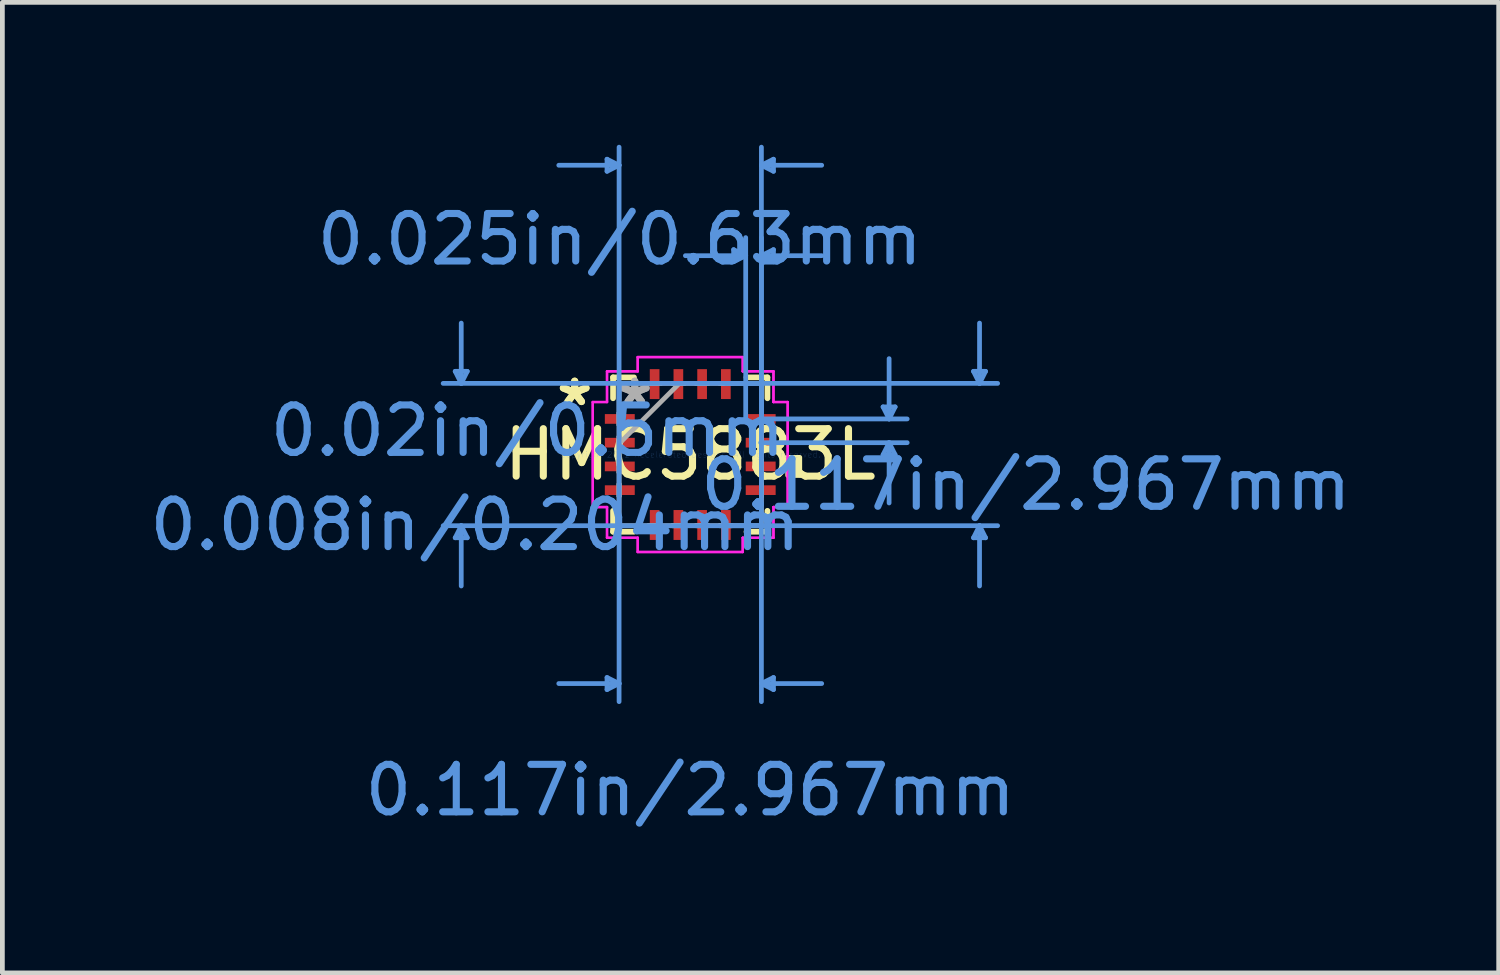
<source format=kicad_pcb>
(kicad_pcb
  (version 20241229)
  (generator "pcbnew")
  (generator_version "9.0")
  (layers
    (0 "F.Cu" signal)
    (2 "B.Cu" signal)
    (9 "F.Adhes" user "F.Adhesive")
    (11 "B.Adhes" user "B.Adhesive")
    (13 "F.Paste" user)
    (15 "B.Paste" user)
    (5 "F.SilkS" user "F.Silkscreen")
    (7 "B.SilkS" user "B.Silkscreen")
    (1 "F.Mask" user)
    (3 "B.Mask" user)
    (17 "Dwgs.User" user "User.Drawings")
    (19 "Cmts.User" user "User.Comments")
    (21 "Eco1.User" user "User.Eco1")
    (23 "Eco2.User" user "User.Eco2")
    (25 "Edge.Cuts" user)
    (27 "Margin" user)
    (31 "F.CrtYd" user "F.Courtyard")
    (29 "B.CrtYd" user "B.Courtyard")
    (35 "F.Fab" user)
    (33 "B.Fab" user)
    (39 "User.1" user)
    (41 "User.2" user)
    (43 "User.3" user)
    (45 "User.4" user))
  (footprint "HMC5883L"
    (layer "F.Cu")
    (at 11.49 6.525)
    (property "Reference" "HMC5883L" (at 0 0 0) (layer "F.SilkS") (effects (font (size 1 1) (thickness 0.15))))
    (attr through_hole)
    (fp_line (start -1.626 -1.626) (end -1.626 -1.185) (stroke (width 0.12) (type solid)) (layer "F.SilkS"))
    (fp_line (start -1.626 1.185) (end -1.626 1.626) (stroke (width 0.12) (type solid)) (layer "F.SilkS"))
    (fp_line (start -1.626 1.626) (end -1.185 1.626) (stroke (width 0.12) (type solid)) (layer "F.SilkS"))
    (fp_line (start -1.185 -1.626) (end -1.626 -1.626) (stroke (width 0.12) (type solid)) (layer "F.SilkS"))
    (fp_line (start 1.185 1.626) (end 1.626 1.626) (stroke (width 0.12) (type solid)) (layer "F.SilkS"))
    (fp_line (start 1.626 -1.626) (end 1.185 -1.626) (stroke (width 0.12) (type solid)) (layer "F.SilkS"))
    (fp_line (start 1.626 -1.185) (end 1.626 -1.626) (stroke (width 0.12) (type solid)) (layer "F.SilkS"))
    (fp_line (start 1.626 1.626) (end 1.626 1.185) (stroke (width 0.12) (type solid)) (layer "F.SilkS"))
    (fp_poly (pts (xy 2.307 0.059) (xy 2.307 0.441) (xy 2.053 0.441) (xy 2.053 0.059)) (stroke (width 0.1) (type solid)) (fill yes) (layer "F.SilkS"))
    (fp_line (start -4.951 -1.753) (end -4.697 -1.753) (stroke (width 0.1) (type solid)) (layer "Cmts.User"))
    (fp_line (start -4.951 1.753) (end -4.697 1.753) (stroke (width 0.1) (type solid)) (layer "Cmts.User"))
    (fp_line (start -4.824 -1.499) (end -4.951 -1.753) (stroke (width 0.1) (type solid)) (layer "Cmts.User"))
    (fp_line (start -4.824 -1.499) (end -4.824 -2.769) (stroke (width 0.1) (type solid)) (layer "Cmts.User"))
    (fp_line (start -4.824 -1.499) (end -4.697 -1.753) (stroke (width 0.1) (type solid)) (layer "Cmts.User"))
    (fp_line (start -4.824 1.499) (end -4.951 1.753) (stroke (width 0.1) (type solid)) (layer "Cmts.User"))
    (fp_line (start -4.824 1.499) (end -4.824 2.769) (stroke (width 0.1) (type solid)) (layer "Cmts.User"))
    (fp_line (start -4.824 1.499) (end -4.697 1.753) (stroke (width 0.1) (type solid)) (layer "Cmts.User"))
    (fp_line (start -1.753 -6.221) (end -1.753 -5.967) (stroke (width 0.1) (type solid)) (layer "Cmts.User"))
    (fp_line (start -1.753 4.697) (end -1.753 4.951) (stroke (width 0.1) (type solid)) (layer "Cmts.User"))
    (fp_line (start -1.499 -6.094) (end -2.769 -6.094) (stroke (width 0.1) (type solid)) (layer "Cmts.User"))
    (fp_line (start -1.499 -6.094) (end -1.753 -6.221) (stroke (width 0.1) (type solid)) (layer "Cmts.User"))
    (fp_line (start -1.499 -6.094) (end -1.753 -5.967) (stroke (width 0.1) (type solid)) (layer "Cmts.User"))
    (fp_line (start -1.499 -1.499) (end -1.499 5.205) (stroke (width 0.1) (type solid)) (layer "Cmts.User"))
    (fp_line (start -1.499 -0.75) (end -1.499 -6.475) (stroke (width 0.1) (type solid)) (layer "Cmts.User"))
    (fp_line (start -1.499 4.824) (end -2.769 4.824) (stroke (width 0.1) (type solid)) (layer "Cmts.User"))
    (fp_line (start -1.499 4.824) (end -1.753 4.697) (stroke (width 0.1) (type solid)) (layer "Cmts.User"))
    (fp_line (start -1.499 4.824) (end -1.753 4.951) (stroke (width 0.1) (type solid)) (layer "Cmts.User"))
    (fp_line (start 0.75 -1.499) (end 6.475 -1.499) (stroke (width 0.1) (type solid)) (layer "Cmts.User"))
    (fp_line (start 0.75 1.499) (end 6.475 1.499) (stroke (width 0.1) (type solid)) (layer "Cmts.User"))
    (fp_line (start 0.914 -4.316) (end 0.914 -4.062) (stroke (width 0.1) (type solid)) (layer "Cmts.User"))
    (fp_line (start 1.168 -4.189) (end -0.102 -4.189) (stroke (width 0.1) (type solid)) (layer "Cmts.User"))
    (fp_line (start 1.168 -4.189) (end 0.914 -4.316) (stroke (width 0.1) (type solid)) (layer "Cmts.User"))
    (fp_line (start 1.168 -4.189) (end 0.914 -4.062) (stroke (width 0.1) (type solid)) (layer "Cmts.User"))
    (fp_line (start 1.168 -0.75) (end 1.168 -4.57) (stroke (width 0.1) (type solid)) (layer "Cmts.User"))
    (fp_line (start 1.484 -0.75) (end 4.57 -0.75) (stroke (width 0.1) (type solid)) (layer "Cmts.User"))
    (fp_line (start 1.484 -0.25) (end 4.57 -0.25) (stroke (width 0.1) (type solid)) (layer "Cmts.User"))
    (fp_line (start 1.499 -6.094) (end 1.753 -6.221) (stroke (width 0.1) (type solid)) (layer "Cmts.User"))
    (fp_line (start 1.499 -6.094) (end 1.753 -5.967) (stroke (width 0.1) (type solid)) (layer "Cmts.User"))
    (fp_line (start 1.499 -6.094) (end 2.769 -6.094) (stroke (width 0.1) (type solid)) (layer "Cmts.User"))
    (fp_line (start 1.499 -4.189) (end 1.753 -4.316) (stroke (width 0.1) (type solid)) (layer "Cmts.User"))
    (fp_line (start 1.499 -4.189) (end 1.753 -4.062) (stroke (width 0.1) (type solid)) (layer "Cmts.User"))
    (fp_line (start 1.499 -4.189) (end 2.769 -4.189) (stroke (width 0.1) (type solid)) (layer "Cmts.User"))
    (fp_line (start 1.499 -1.499) (end -5.205 -1.499) (stroke (width 0.1) (type solid)) (layer "Cmts.User"))
    (fp_line (start 1.499 -1.499) (end 1.499 5.205) (stroke (width 0.1) (type solid)) (layer "Cmts.User"))
    (fp_line (start 1.499 -0.75) (end 1.499 -6.475) (stroke (width 0.1) (type solid)) (layer "Cmts.User"))
    (fp_line (start 1.499 -0.75) (end 1.499 -4.57) (stroke (width 0.1) (type solid)) (layer "Cmts.User"))
    (fp_line (start 1.499 1.499) (end -5.205 1.499) (stroke (width 0.1) (type solid)) (layer "Cmts.User"))
    (fp_line (start 1.499 4.824) (end 1.753 4.697) (stroke (width 0.1) (type solid)) (layer "Cmts.User"))
    (fp_line (start 1.499 4.824) (end 1.753 4.951) (stroke (width 0.1) (type solid)) (layer "Cmts.User"))
    (fp_line (start 1.499 4.824) (end 2.769 4.824) (stroke (width 0.1) (type solid)) (layer "Cmts.User"))
    (fp_line (start 1.753 -6.221) (end 1.753 -5.967) (stroke (width 0.1) (type solid)) (layer "Cmts.User"))
    (fp_line (start 1.753 -4.316) (end 1.753 -4.062) (stroke (width 0.1) (type solid)) (layer "Cmts.User"))
    (fp_line (start 1.753 4.697) (end 1.753 4.951) (stroke (width 0.1) (type solid)) (layer "Cmts.User"))
    (fp_line (start 4.062 -1.004) (end 4.316 -1.004) (stroke (width 0.1) (type solid)) (layer "Cmts.User"))
    (fp_line (start 4.062 0.004) (end 4.316 0.004) (stroke (width 0.1) (type solid)) (layer "Cmts.User"))
    (fp_line (start 4.189 -0.75) (end 4.062 -1.004) (stroke (width 0.1) (type solid)) (layer "Cmts.User"))
    (fp_line (start 4.189 -0.75) (end 4.189 -2.02) (stroke (width 0.1) (type solid)) (layer "Cmts.User"))
    (fp_line (start 4.189 -0.75) (end 4.316 -1.004) (stroke (width 0.1) (type solid)) (layer "Cmts.User"))
    (fp_line (start 4.189 -0.25) (end 4.062 0.004) (stroke (width 0.1) (type solid)) (layer "Cmts.User"))
    (fp_line (start 4.189 -0.25) (end 4.189 1.02) (stroke (width 0.1) (type solid)) (layer "Cmts.User"))
    (fp_line (start 4.189 -0.25) (end 4.316 0.004) (stroke (width 0.1) (type solid)) (layer "Cmts.User"))
    (fp_line (start 5.967 -1.753) (end 6.221 -1.753) (stroke (width 0.1) (type solid)) (layer "Cmts.User"))
    (fp_line (start 5.967 1.753) (end 6.221 1.753) (stroke (width 0.1) (type solid)) (layer "Cmts.User"))
    (fp_line (start 6.094 -1.499) (end 5.967 -1.753) (stroke (width 0.1) (type solid)) (layer "Cmts.User"))
    (fp_line (start 6.094 -1.499) (end 6.094 -2.769) (stroke (width 0.1) (type solid)) (layer "Cmts.User"))
    (fp_line (start 6.094 -1.499) (end 6.221 -1.753) (stroke (width 0.1) (type solid)) (layer "Cmts.User"))
    (fp_line (start 6.094 1.499) (end 5.967 1.753) (stroke (width 0.1) (type solid)) (layer "Cmts.User"))
    (fp_line (start 6.094 1.499) (end 6.094 2.769) (stroke (width 0.1) (type solid)) (layer "Cmts.User"))
    (fp_line (start 6.094 1.499) (end 6.221 1.753) (stroke (width 0.1) (type solid)) (layer "Cmts.User"))
    (fp_line (start -2.053 -1.106) (end -1.753 -1.106) (stroke (width 0.05) (type solid)) (layer "F.CrtYd"))
    (fp_line (start -2.053 -1.106) (end -1.753 -1.106) (stroke (width 0.05) (type solid)) (layer "F.CrtYd"))
    (fp_line (start -2.053 1.106) (end -2.053 -1.106) (stroke (width 0.05) (type solid)) (layer "F.CrtYd"))
    (fp_line (start -2.053 1.106) (end -2.053 -1.106) (stroke (width 0.05) (type solid)) (layer "F.CrtYd"))
    (fp_line (start -1.753 -1.753) (end -1.106 -1.753) (stroke (width 0.05) (type solid)) (layer "F.CrtYd"))
    (fp_line (start -1.753 -1.753) (end -1.106 -1.753) (stroke (width 0.05) (type solid)) (layer "F.CrtYd"))
    (fp_line (start -1.753 -1.106) (end -1.753 -1.753) (stroke (width 0.05) (type solid)) (layer "F.CrtYd"))
    (fp_line (start -1.753 -1.106) (end -1.753 -1.753) (stroke (width 0.05) (type solid)) (layer "F.CrtYd"))
    (fp_line (start -1.753 1.106) (end -2.053 1.106) (stroke (width 0.05) (type solid)) (layer "F.CrtYd"))
    (fp_line (start -1.753 1.106) (end -2.053 1.106) (stroke (width 0.05) (type solid)) (layer "F.CrtYd"))
    (fp_line (start -1.753 1.753) (end -1.753 1.106) (stroke (width 0.05) (type solid)) (layer "F.CrtYd"))
    (fp_line (start -1.753 1.753) (end -1.753 1.106) (stroke (width 0.05) (type solid)) (layer "F.CrtYd"))
    (fp_line (start -1.106 -2.053) (end 1.106 -2.053) (stroke (width 0.05) (type solid)) (layer "F.CrtYd"))
    (fp_line (start -1.106 -2.053) (end 1.106 -2.053) (stroke (width 0.05) (type solid)) (layer "F.CrtYd"))
    (fp_line (start -1.106 -1.753) (end -1.106 -2.053) (stroke (width 0.05) (type solid)) (layer "F.CrtYd"))
    (fp_line (start -1.106 -1.753) (end -1.106 -2.053) (stroke (width 0.05) (type solid)) (layer "F.CrtYd"))
    (fp_line (start -1.106 1.753) (end -1.753 1.753) (stroke (width 0.05) (type solid)) (layer "F.CrtYd"))
    (fp_line (start -1.106 1.753) (end -1.753 1.753) (stroke (width 0.05) (type solid)) (layer "F.CrtYd"))
    (fp_line (start -1.106 2.053) (end -1.106 1.753) (stroke (width 0.05) (type solid)) (layer "F.CrtYd"))
    (fp_line (start -1.106 2.053) (end -1.106 1.753) (stroke (width 0.05) (type solid)) (layer "F.CrtYd"))
    (fp_line (start 1.106 -2.053) (end 1.106 -1.753) (stroke (width 0.05) (type solid)) (layer "F.CrtYd"))
    (fp_line (start 1.106 -2.053) (end 1.106 -1.753) (stroke (width 0.05) (type solid)) (layer "F.CrtYd"))
    (fp_line (start 1.106 -1.753) (end 1.753 -1.753) (stroke (width 0.05) (type solid)) (layer "F.CrtYd"))
    (fp_line (start 1.106 -1.753) (end 1.753 -1.753) (stroke (width 0.05) (type solid)) (layer "F.CrtYd"))
    (fp_line (start 1.106 1.753) (end 1.106 2.053) (stroke (width 0.05) (type solid)) (layer "F.CrtYd"))
    (fp_line (start 1.106 1.753) (end 1.106 2.053) (stroke (width 0.05) (type solid)) (layer "F.CrtYd"))
    (fp_line (start 1.106 2.053) (end -1.106 2.053) (stroke (width 0.05) (type solid)) (layer "F.CrtYd"))
    (fp_line (start 1.106 2.053) (end -1.106 2.053) (stroke (width 0.05) (type solid)) (layer "F.CrtYd"))
    (fp_line (start 1.753 -1.753) (end 1.753 -1.106) (stroke (width 0.05) (type solid)) (layer "F.CrtYd"))
    (fp_line (start 1.753 -1.753) (end 1.753 -1.106) (stroke (width 0.05) (type solid)) (layer "F.CrtYd"))
    (fp_line (start 1.753 -1.106) (end 2.053 -1.106) (stroke (width 0.05) (type solid)) (layer "F.CrtYd"))
    (fp_line (start 1.753 -1.106) (end 2.053 -1.106) (stroke (width 0.05) (type solid)) (layer "F.CrtYd"))
    (fp_line (start 1.753 1.106) (end 1.753 1.753) (stroke (width 0.05) (type solid)) (layer "F.CrtYd"))
    (fp_line (start 1.753 1.106) (end 1.753 1.753) (stroke (width 0.05) (type solid)) (layer "F.CrtYd"))
    (fp_line (start 1.753 1.753) (end 1.106 1.753) (stroke (width 0.05) (type solid)) (layer "F.CrtYd"))
    (fp_line (start 1.753 1.753) (end 1.106 1.753) (stroke (width 0.05) (type solid)) (layer "F.CrtYd"))
    (fp_line (start 2.053 -1.106) (end 2.053 1.106) (stroke (width 0.05) (type solid)) (layer "F.CrtYd"))
    (fp_line (start 2.053 -1.106) (end 2.053 1.106) (stroke (width 0.05) (type solid)) (layer "F.CrtYd"))
    (fp_line (start 2.053 1.106) (end 1.753 1.106) (stroke (width 0.05) (type solid)) (layer "F.CrtYd"))
    (fp_line (start 2.053 1.106) (end 1.753 1.106) (stroke (width 0.05) (type solid)) (layer "F.CrtYd"))
    (fp_line (start -1.499 -1.499) (end -1.499 -1.499) (stroke (width 0.1) (type solid)) (layer "F.Fab"))
    (fp_line (start -1.499 -1.499) (end -1.499 1.499) (stroke (width 0.1) (type solid)) (layer "F.Fab"))
    (fp_line (start -1.499 -0.877) (end -1.499 -0.877) (stroke (width 0.1) (type solid)) (layer "F.Fab"))
    (fp_line (start -1.499 -0.877) (end -1.499 -0.623) (stroke (width 0.1) (type solid)) (layer "F.Fab"))
    (fp_line (start -1.499 -0.623) (end -1.499 -0.877) (stroke (width 0.1) (type solid)) (layer "F.Fab"))
    (fp_line (start -1.499 -0.623) (end -1.499 -0.623) (stroke (width 0.1) (type solid)) (layer "F.Fab"))
    (fp_line (start -1.499 -0.377) (end -1.499 -0.377) (stroke (width 0.1) (type solid)) (layer "F.Fab"))
    (fp_line (start -1.499 -0.377) (end -1.499 -0.123) (stroke (width 0.1) (type solid)) (layer "F.Fab"))
    (fp_line (start -1.499 -0.229) (end -0.229 -1.499) (stroke (width 0.1) (type solid)) (layer "F.Fab"))
    (fp_line (start -1.499 -0.123) (end -1.499 -0.377) (stroke (width 0.1) (type solid)) (layer "F.Fab"))
    (fp_line (start -1.499 -0.123) (end -1.499 -0.123) (stroke (width 0.1) (type solid)) (layer "F.Fab"))
    (fp_line (start -1.499 0.123) (end -1.499 0.123) (stroke (width 0.1) (type solid)) (layer "F.Fab"))
    (fp_line (start -1.499 0.123) (end -1.499 0.377) (stroke (width 0.1) (type solid)) (layer "F.Fab"))
    (fp_line (start -1.499 0.377) (end -1.499 0.123) (stroke (width 0.1) (type solid)) (layer "F.Fab"))
    (fp_line (start -1.499 0.377) (end -1.499 0.377) (stroke (width 0.1) (type solid)) (layer "F.Fab"))
    (fp_line (start -1.499 0.623) (end -1.499 0.623) (stroke (width 0.1) (type solid)) (layer "F.Fab"))
    (fp_line (start -1.499 0.623) (end -1.499 0.877) (stroke (width 0.1) (type solid)) (layer "F.Fab"))
    (fp_line (start -1.499 0.877) (end -1.499 0.623) (stroke (width 0.1) (type solid)) (layer "F.Fab"))
    (fp_line (start -1.499 0.877) (end -1.499 0.877) (stroke (width 0.1) (type solid)) (layer "F.Fab"))
    (fp_line (start -1.499 1.499) (end -1.499 1.499) (stroke (width 0.1) (type solid)) (layer "F.Fab"))
    (fp_line (start -1.499 1.499) (end 1.499 1.499) (stroke (width 0.1) (type solid)) (layer "F.Fab"))
    (fp_line (start -0.877 -1.499) (end -0.877 -1.499) (stroke (width 0.1) (type solid)) (layer "F.Fab"))
    (fp_line (start -0.877 -1.499) (end -0.623 -1.499) (stroke (width 0.1) (type solid)) (layer "F.Fab"))
    (fp_line (start -0.877 1.499) (end -0.877 1.499) (stroke (width 0.1) (type solid)) (layer "F.Fab"))
    (fp_line (start -0.877 1.499) (end -0.623 1.499) (stroke (width 0.1) (type solid)) (layer "F.Fab"))
    (fp_line (start -0.623 -1.499) (end -0.877 -1.499) (stroke (width 0.1) (type solid)) (layer "F.Fab"))
    (fp_line (start -0.623 -1.499) (end -0.623 -1.499) (stroke (width 0.1) (type solid)) (layer "F.Fab"))
    (fp_line (start -0.623 1.499) (end -0.877 1.499) (stroke (width 0.1) (type solid)) (layer "F.Fab"))
    (fp_line (start -0.623 1.499) (end -0.623 1.499) (stroke (width 0.1) (type solid)) (layer "F.Fab"))
    (fp_line (start -0.377 -1.499) (end -0.377 -1.499) (stroke (width 0.1) (type solid)) (layer "F.Fab"))
    (fp_line (start -0.377 -1.499) (end -0.123 -1.499) (stroke (width 0.1) (type solid)) (layer "F.Fab"))
    (fp_line (start -0.377 1.499) (end -0.377 1.499) (stroke (width 0.1) (type solid)) (layer "F.Fab"))
    (fp_line (start -0.377 1.499) (end -0.123 1.499) (stroke (width 0.1) (type solid)) (layer "F.Fab"))
    (fp_line (start -0.123 -1.499) (end -0.377 -1.499) (stroke (width 0.1) (type solid)) (layer "F.Fab"))
    (fp_line (start -0.123 -1.499) (end -0.123 -1.499) (stroke (width 0.1) (type solid)) (layer "F.Fab"))
    (fp_line (start -0.123 1.499) (end -0.377 1.499) (stroke (width 0.1) (type solid)) (layer "F.Fab"))
    (fp_line (start -0.123 1.499) (end -0.123 1.499) (stroke (width 0.1) (type solid)) (layer "F.Fab"))
    (fp_line (start 0.123 -1.499) (end 0.123 -1.499) (stroke (width 0.1) (type solid)) (layer "F.Fab"))
    (fp_line (start 0.123 -1.499) (end 0.377 -1.499) (stroke (width 0.1) (type solid)) (layer "F.Fab"))
    (fp_line (start 0.123 1.499) (end 0.123 1.499) (stroke (width 0.1) (type solid)) (layer "F.Fab"))
    (fp_line (start 0.123 1.499) (end 0.377 1.499) (stroke (width 0.1) (type solid)) (layer "F.Fab"))
    (fp_line (start 0.377 -1.499) (end 0.123 -1.499) (stroke (width 0.1) (type solid)) (layer "F.Fab"))
    (fp_line (start 0.377 -1.499) (end 0.377 -1.499) (stroke (width 0.1) (type solid)) (layer "F.Fab"))
    (fp_line (start 0.377 1.499) (end 0.123 1.499) (stroke (width 0.1) (type solid)) (layer "F.Fab"))
    (fp_line (start 0.377 1.499) (end 0.377 1.499) (stroke (width 0.1) (type solid)) (layer "F.Fab"))
    (fp_line (start 0.623 -1.499) (end 0.623 -1.499) (stroke (width 0.1) (type solid)) (layer "F.Fab"))
    (fp_line (start 0.623 -1.499) (end 0.877 -1.499) (stroke (width 0.1) (type solid)) (layer "F.Fab"))
    (fp_line (start 0.623 1.499) (end 0.623 1.499) (stroke (width 0.1) (type solid)) (layer "F.Fab"))
    (fp_line (start 0.623 1.499) (end 0.877 1.499) (stroke (width 0.1) (type solid)) (layer "F.Fab"))
    (fp_line (start 0.877 -1.499) (end 0.623 -1.499) (stroke (width 0.1) (type solid)) (layer "F.Fab"))
    (fp_line (start 0.877 -1.499) (end 0.877 -1.499) (stroke (width 0.1) (type solid)) (layer "F.Fab"))
    (fp_line (start 0.877 1.499) (end 0.623 1.499) (stroke (width 0.1) (type solid)) (layer "F.Fab"))
    (fp_line (start 0.877 1.499) (end 0.877 1.499) (stroke (width 0.1) (type solid)) (layer "F.Fab"))
    (fp_line (start 1.499 -1.499) (end -1.499 -1.499) (stroke (width 0.1) (type solid)) (layer "F.Fab"))
    (fp_line (start 1.499 -1.499) (end 1.499 -1.499) (stroke (width 0.1) (type solid)) (layer "F.Fab"))
    (fp_line (start 1.499 -0.877) (end 1.499 -0.877) (stroke (width 0.1) (type solid)) (layer "F.Fab"))
    (fp_line (start 1.499 -0.877) (end 1.499 -0.623) (stroke (width 0.1) (type solid)) (layer "F.Fab"))
    (fp_line (start 1.499 -0.623) (end 1.499 -0.877) (stroke (width 0.1) (type solid)) (layer "F.Fab"))
    (fp_line (start 1.499 -0.623) (end 1.499 -0.623) (stroke (width 0.1) (type solid)) (layer "F.Fab"))
    (fp_line (start 1.499 -0.377) (end 1.499 -0.377) (stroke (width 0.1) (type solid)) (layer "F.Fab"))
    (fp_line (start 1.499 -0.377) (end 1.499 -0.123) (stroke (width 0.1) (type solid)) (layer "F.Fab"))
    (fp_line (start 1.499 -0.123) (end 1.499 -0.377) (stroke (width 0.1) (type solid)) (layer "F.Fab"))
    (fp_line (start 1.499 -0.123) (end 1.499 -0.123) (stroke (width 0.1) (type solid)) (layer "F.Fab"))
    (fp_line (start 1.499 0.123) (end 1.499 0.123) (stroke (width 0.1) (type solid)) (layer "F.Fab"))
    (fp_line (start 1.499 0.123) (end 1.499 0.377) (stroke (width 0.1) (type solid)) (layer "F.Fab"))
    (fp_line (start 1.499 0.377) (end 1.499 0.123) (stroke (width 0.1) (type solid)) (layer "F.Fab"))
    (fp_line (start 1.499 0.377) (end 1.499 0.377) (stroke (width 0.1) (type solid)) (layer "F.Fab"))
    (fp_line (start 1.499 0.623) (end 1.499 0.623) (stroke (width 0.1) (type solid)) (layer "F.Fab"))
    (fp_line (start 1.499 0.623) (end 1.499 0.877) (stroke (width 0.1) (type solid)) (layer "F.Fab"))
    (fp_line (start 1.499 0.877) (end 1.499 0.623) (stroke (width 0.1) (type solid)) (layer "F.Fab"))
    (fp_line (start 1.499 0.877) (end 1.499 0.877) (stroke (width 0.1) (type solid)) (layer "F.Fab"))
    (fp_line (start 1.499 1.499) (end 1.499 -1.499) (stroke (width 0.1) (type solid)) (layer "F.Fab"))
    (fp_line (start 1.499 1.499) (end 1.499 1.499) (stroke (width 0.1) (type solid)) (layer "F.Fab"))
    (fp_text user "*" (at -2.434 -1 0) (layer "F.SilkS") (effects (font (size 1 1) (thickness 0.15))))
    (fp_text user "*" (at -2.434 -1 0) (layer "F.SilkS") (effects (font (size 1 1) (thickness 0.15))))
    (fp_text user "0.117in/2.967mm" (at 7.071 0.635 0) (layer "Cmts.User") (effects (font (size 1 1) (thickness 0.15))))
    (fp_text user "0.025in/0.63mm" (at -1.484 -4.532 0) (layer "Cmts.User") (effects (font (size 1 1) (thickness 0.15))))
    (fp_text user "0.02in/0.5mm" (at -3.427 -0.5 0) (layer "Cmts.User") (effects (font (size 1 1) (thickness 0.15))))
    (fp_text user "0.117in/2.967mm" (at 0 7.071 0) (layer "Cmts.User") (effects (font (size 1 1) (thickness 0.15))))
    (fp_text user "Copyright 2021 Accelerated Designs. All rights reserved." (at 0 0 0) (layer "Cmts.User") (effects (font (size 0.127 0.127) (thickness 0.002))))
    (fp_text user "0.008in/0.204mm" (at -4.532 1.484 0) (layer "Cmts.User") (effects (font (size 1 1) (thickness 0.15))))
    (fp_text user "*" (at -1.168 -1 0) (layer "F.Fab") (effects (font (size 1 1) (thickness 0.15))))
    (fp_text user "*" (at -1.168 -1 0) (layer "F.Fab") (effects (font (size 1 1) (thickness 0.15))))
    (pad "1" smd rect (at -1.484 -0.75 90) (size 0.204 0.63) (layers "F.Cu" "F.Mask" "F.Paste"))
    (pad "2" smd rect (at -1.484 -0.25 90) (size 0.204 0.63) (layers "F.Cu" "F.Mask" "F.Paste"))
    (pad "3" smd rect (at -1.484 0.25 90) (size 0.204 0.63) (layers "F.Cu" "F.Mask" "F.Paste"))
    (pad "4" smd rect (at -1.484 0.75 90) (size 0.204 0.63) (layers "F.Cu" "F.Mask" "F.Paste"))
    (pad "5" smd rect (at -0.75 1.484) (size 0.204 0.63) (layers "F.Cu" "F.Mask" "F.Paste"))
    (pad "6" smd rect (at -0.25 1.484) (size 0.204 0.63) (layers "F.Cu" "F.Mask" "F.Paste"))
    (pad "7" smd rect (at 0.25 1.484) (size 0.204 0.63) (layers "F.Cu" "F.Mask" "F.Paste"))
    (pad "8" smd rect (at 0.75 1.484) (size 0.204 0.63) (layers "F.Cu" "F.Mask" "F.Paste"))
    (pad "9" smd rect (at 1.484 0.75 90) (size 0.204 0.63) (layers "F.Cu" "F.Mask" "F.Paste"))
    (pad "10" smd rect (at 1.484 0.25 90) (size 0.204 0.63) (layers "F.Cu" "F.Mask" "F.Paste"))
    (pad "11" smd rect (at 1.484 -0.25 90) (size 0.204 0.63) (layers "F.Cu" "F.Mask" "F.Paste"))
    (pad "12" smd rect (at 1.484 -0.75 90) (size 0.204 0.63) (layers "F.Cu" "F.Mask" "F.Paste"))
    (pad "13" smd rect (at 0.75 -1.484) (size 0.204 0.63) (layers "F.Cu" "F.Mask" "F.Paste"))
    (pad "14" smd rect (at 0.25 -1.484) (size 0.204 0.63) (layers "F.Cu" "F.Mask" "F.Paste"))
    (pad "15" smd rect (at -0.25 -1.484) (size 0.204 0.63) (layers "F.Cu" "F.Mask" "F.Paste"))
    (pad "16" smd rect (at -0.75 -1.484) (size 0.204 0.63) (layers "F.Cu" "F.Mask" "F.Paste")))
  (gr_rect
    (start -3 -3)
    (end 28.52 17.444)
    (stroke (width 0.1) (type default))
    (fill no)
    (layer "Edge.Cuts")))
</source>
